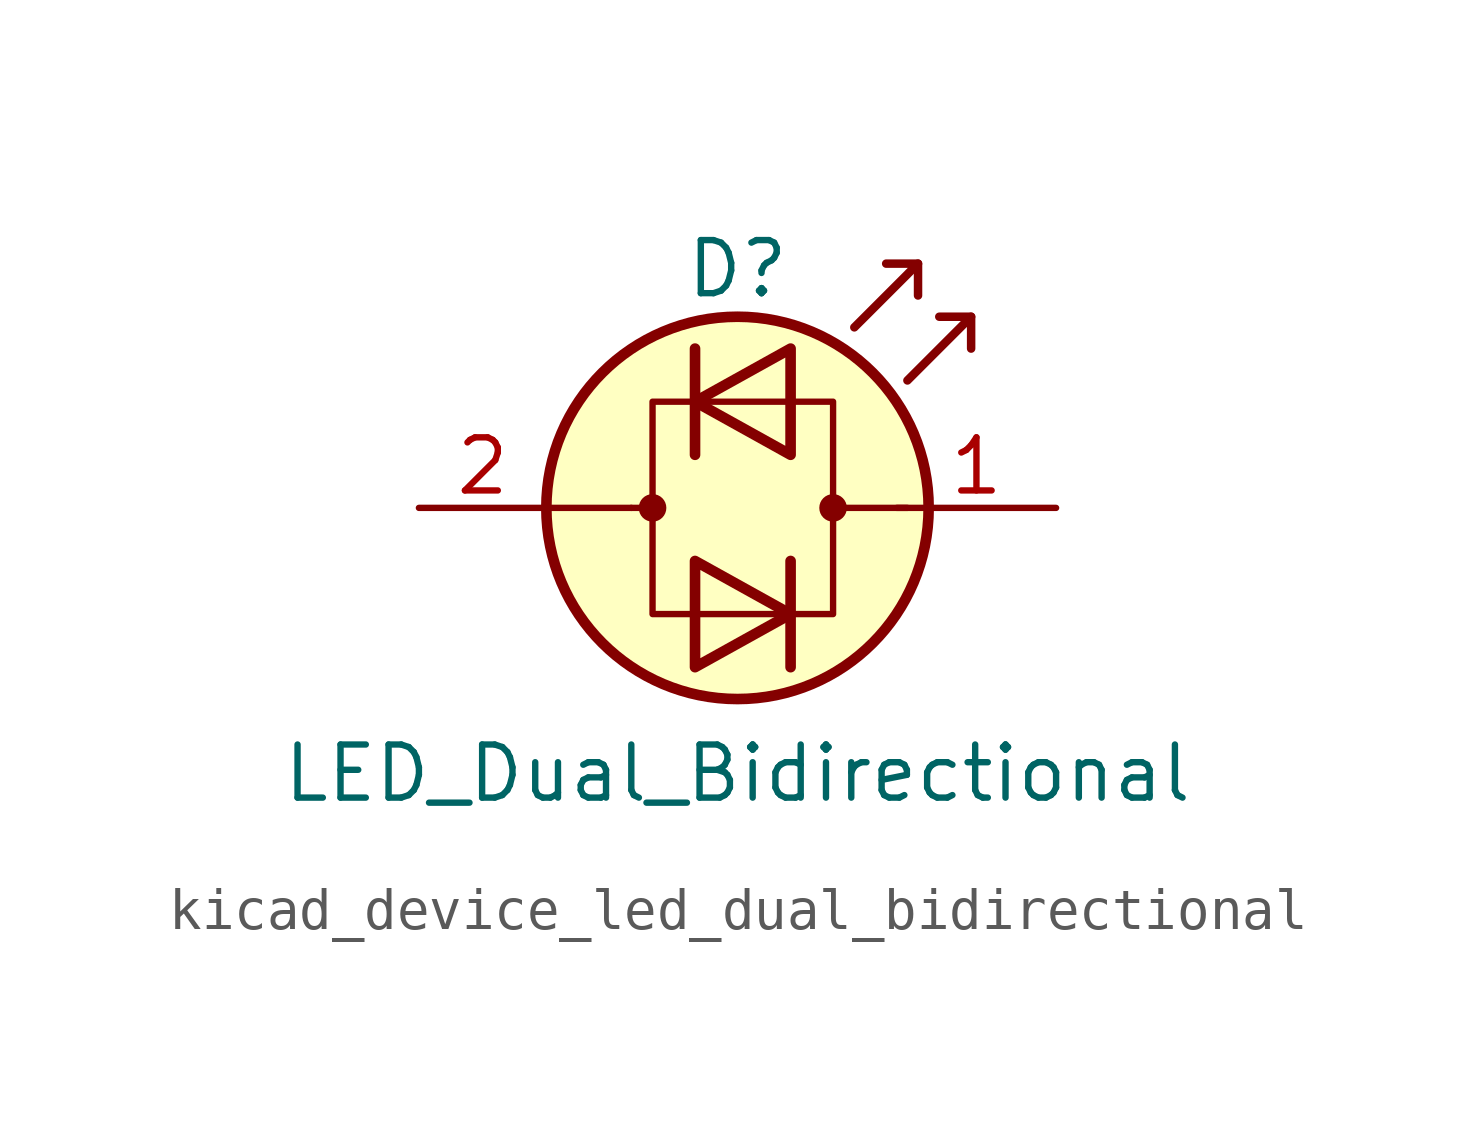
<source format=kicad_sym>
(kicad_symbol_lib
  (version 20220914)
  (generator kicad_symbol_editor)
  (symbol "kicad_device_led_dual_bidirectional"
    (pin_names
      (offset 0) hide)
    (property "Reference" "D"
      (at 0 5.715 0)
      (effects (font (size 1.27 1.27))))
    (property "Value" "LED_Dual_Bidirectional"
      (at 0 -6.35 0)
      (effects (font (size 1.27 1.27))))
    (symbol "kicad_device_led_dual_bidirectional_0_1"
      (circle (center -2.032 0) (radius 0.254) (stroke (width 0) (type default)) (fill (type outline)))
      (polyline (pts (xy -4.572 0) (xy -2.54 0)) (stroke (width 0) (type default)) (fill (type none)))
      (polyline (pts (xy -2.032 0) (xy -2.54 0)) (stroke (width 0) (type default)) (fill (type none)))
      (polyline (pts (xy -1.016 3.81) (xy -1.016 1.27)) (stroke (width 0.254) (type default)) (fill (type none)))
      (polyline (pts (xy 1.27 -1.27) (xy 1.27 -3.81)) (stroke (width 0.254) (type default)) (fill (type none)))
      (polyline (pts (xy 4.064 0) (xy 2.286 0)) (stroke (width 0) (type default)) (fill (type outline)))
      (polyline (pts (xy 4.318 5.842) (xy 4.318 5.08)) (stroke (width 0.203) (type default)) (fill (type none)))
      (polyline (pts (xy 5.588 4.572) (xy 5.588 3.81)) (stroke (width 0.203) (type default)) (fill (type none)))
      (polyline (pts (xy 2.794 4.318) (xy 4.318 5.842) (xy 3.556 5.842)) (stroke (width 0.203) (type default)) (fill (type none)))
      (polyline (pts (xy 4.064 3.048) (xy 5.588 4.572) (xy 4.826 4.572)) (stroke (width 0.203) (type default)) (fill (type none)))
      (polyline (pts (xy -1.016 -1.27) (xy -1.016 -3.81) (xy 1.27 -2.54) (xy -1.016 -1.27)) (stroke (width 0.254) (type default)) (fill (type none)))
      (polyline (pts (xy 1.27 3.81) (xy 1.27 1.27) (xy -1.016 2.54) (xy 1.27 3.81)) (stroke (width 0.254) (type default)) (fill (type none)))
      (polyline (pts (xy 2.286 2.54) (xy -2.032 2.54) (xy -2.032 -2.54) (xy 2.286 -2.54) (xy 2.286 2.54)) (stroke (width 0) (type default)) (fill (type none)))
      (circle (center 0 0) (radius 4.572) (stroke (width 0.254) (type default)) (fill (type background)))
      (circle (center 2.286 0) (radius 0.254) (stroke (width 0) (type default)) (fill (type outline))))
    (symbol "kicad_device_led_dual_bidirectional_1_1"
      (pin input line (at 7.62 0 180) (length 3.81) (name "KA" (effects (font (size 1.27 1.27)))) (number "1" (effects (font (size 1.27 1.27)))))
      (pin input line (at -7.62 0 0) (length 3.048) (name "AK" (effects (font (size 1.27 1.27)))) (number "2" (effects (font (size 1.27 1.27))))))))
</source>
